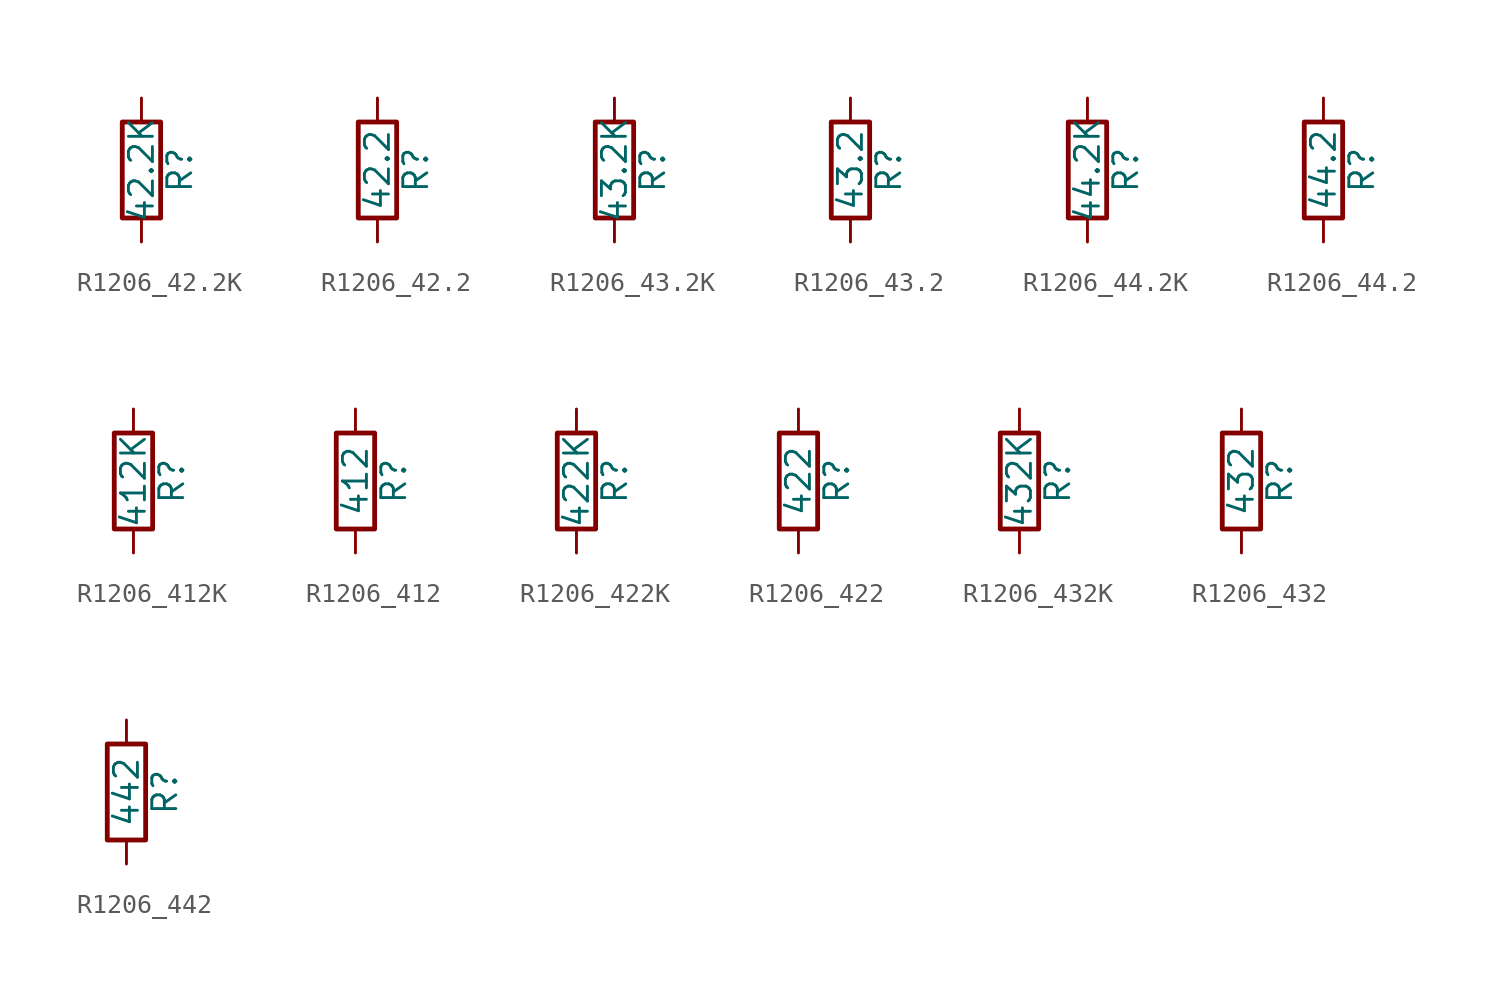
<source format=kicad_sym>
(kicad_symbol_lib
  (version 20211014)
  (generator atlantix-eda)
  (symbol "R1206_42.2K"
    (pin_numbers hide)
    (pin_names
      (offset 0))
    (property "Reference" "R"
      (at 2.032 0 90)
      (effects (font (size 1.27 1.27))))
    (property "Value" "42.2K"
      (at 0 0 90)
      (effects (font (size 1.27 1.27))))
    (symbol "R1206_42.2K_0_1"
      (rectangle (start -1.016 -2.54) (end 1.016 2.54) (stroke (width 0.254) (type default) (color 0 0 0 0)) (fill (type none))))
    (symbol "R1206_42.2K_1_1"
      (pin passive line (at 0 3.81 270) (length 1.27) (name "~" (effects (font (size 1.27 1.27)))) (number "1" (effects (font (size 1.27 1.27)))))
      (pin passive line (at 0 -3.81 90) (length 1.27) (name "~" (effects (font (size 1.27 1.27)))) (number "2" (effects (font (size 1.27 1.27)))))))
  (symbol "R1206_42.2"
    (pin_numbers hide)
    (pin_names
      (offset 0))
    (property "Reference" "R"
      (at 2.032 0 90)
      (effects (font (size 1.27 1.27))))
    (property "Value" "42.2"
      (at 0 0 90)
      (effects (font (size 1.27 1.27))))
    (symbol "R1206_42.2_0_1"
      (rectangle (start -1.016 -2.54) (end 1.016 2.54) (stroke (width 0.254) (type default) (color 0 0 0 0)) (fill (type none))))
    (symbol "R1206_42.2_1_1"
      (pin passive line (at 0 3.81 270) (length 1.27) (name "~" (effects (font (size 1.27 1.27)))) (number "1" (effects (font (size 1.27 1.27)))))
      (pin passive line (at 0 -3.81 90) (length 1.27) (name "~" (effects (font (size 1.27 1.27)))) (number "2" (effects (font (size 1.27 1.27)))))))
  (symbol "R1206_43.2K"
    (pin_numbers hide)
    (pin_names
      (offset 0))
    (property "Reference" "R"
      (at 2.032 0 90)
      (effects (font (size 1.27 1.27))))
    (property "Value" "43.2K"
      (at 0 0 90)
      (effects (font (size 1.27 1.27))))
    (symbol "R1206_43.2K_0_1"
      (rectangle (start -1.016 -2.54) (end 1.016 2.54) (stroke (width 0.254) (type default) (color 0 0 0 0)) (fill (type none))))
    (symbol "R1206_43.2K_1_1"
      (pin passive line (at 0 3.81 270) (length 1.27) (name "~" (effects (font (size 1.27 1.27)))) (number "1" (effects (font (size 1.27 1.27)))))
      (pin passive line (at 0 -3.81 90) (length 1.27) (name "~" (effects (font (size 1.27 1.27)))) (number "2" (effects (font (size 1.27 1.27)))))))
  (symbol "R1206_43.2"
    (pin_numbers hide)
    (pin_names
      (offset 0))
    (property "Reference" "R"
      (at 2.032 0 90)
      (effects (font (size 1.27 1.27))))
    (property "Value" "43.2"
      (at 0 0 90)
      (effects (font (size 1.27 1.27))))
    (symbol "R1206_43.2_0_1"
      (rectangle (start -1.016 -2.54) (end 1.016 2.54) (stroke (width 0.254) (type default) (color 0 0 0 0)) (fill (type none))))
    (symbol "R1206_43.2_1_1"
      (pin passive line (at 0 3.81 270) (length 1.27) (name "~" (effects (font (size 1.27 1.27)))) (number "1" (effects (font (size 1.27 1.27)))))
      (pin passive line (at 0 -3.81 90) (length 1.27) (name "~" (effects (font (size 1.27 1.27)))) (number "2" (effects (font (size 1.27 1.27)))))))
  (symbol "R1206_44.2K"
    (pin_numbers hide)
    (pin_names
      (offset 0))
    (property "Reference" "R"
      (at 2.032 0 90)
      (effects (font (size 1.27 1.27))))
    (property "Value" "44.2K"
      (at 0 0 90)
      (effects (font (size 1.27 1.27))))
    (symbol "R1206_44.2K_0_1"
      (rectangle (start -1.016 -2.54) (end 1.016 2.54) (stroke (width 0.254) (type default) (color 0 0 0 0)) (fill (type none))))
    (symbol "R1206_44.2K_1_1"
      (pin passive line (at 0 3.81 270) (length 1.27) (name "~" (effects (font (size 1.27 1.27)))) (number "1" (effects (font (size 1.27 1.27)))))
      (pin passive line (at 0 -3.81 90) (length 1.27) (name "~" (effects (font (size 1.27 1.27)))) (number "2" (effects (font (size 1.27 1.27)))))))
  (symbol "R1206_44.2"
    (pin_numbers hide)
    (pin_names
      (offset 0))
    (property "Reference" "R"
      (at 2.032 0 90)
      (effects (font (size 1.27 1.27))))
    (property "Value" "44.2"
      (at 0 0 90)
      (effects (font (size 1.27 1.27))))
    (symbol "R1206_44.2_0_1"
      (rectangle (start -1.016 -2.54) (end 1.016 2.54) (stroke (width 0.254) (type default) (color 0 0 0 0)) (fill (type none))))
    (symbol "R1206_44.2_1_1"
      (pin passive line (at 0 3.81 270) (length 1.27) (name "~" (effects (font (size 1.27 1.27)))) (number "1" (effects (font (size 1.27 1.27)))))
      (pin passive line (at 0 -3.81 90) (length 1.27) (name "~" (effects (font (size 1.27 1.27)))) (number "2" (effects (font (size 1.27 1.27)))))))
  (symbol "R1206_412K"
    (pin_numbers hide)
    (pin_names
      (offset 0))
    (property "Reference" "R"
      (at 2.032 0 90)
      (effects (font (size 1.27 1.27))))
    (property "Value" "412K"
      (at 0 0 90)
      (effects (font (size 1.27 1.27))))
    (symbol "R1206_412K_0_1"
      (rectangle (start -1.016 -2.54) (end 1.016 2.54) (stroke (width 0.254) (type default) (color 0 0 0 0)) (fill (type none))))
    (symbol "R1206_412K_1_1"
      (pin passive line (at 0 3.81 270) (length 1.27) (name "~" (effects (font (size 1.27 1.27)))) (number "1" (effects (font (size 1.27 1.27)))))
      (pin passive line (at 0 -3.81 90) (length 1.27) (name "~" (effects (font (size 1.27 1.27)))) (number "2" (effects (font (size 1.27 1.27)))))))
  (symbol "R1206_412"
    (pin_numbers hide)
    (pin_names
      (offset 0))
    (property "Reference" "R"
      (at 2.032 0 90)
      (effects (font (size 1.27 1.27))))
    (property "Value" "412"
      (at 0 0 90)
      (effects (font (size 1.27 1.27))))
    (symbol "R1206_412_0_1"
      (rectangle (start -1.016 -2.54) (end 1.016 2.54) (stroke (width 0.254) (type default) (color 0 0 0 0)) (fill (type none))))
    (symbol "R1206_412_1_1"
      (pin passive line (at 0 3.81 270) (length 1.27) (name "~" (effects (font (size 1.27 1.27)))) (number "1" (effects (font (size 1.27 1.27)))))
      (pin passive line (at 0 -3.81 90) (length 1.27) (name "~" (effects (font (size 1.27 1.27)))) (number "2" (effects (font (size 1.27 1.27)))))))
  (symbol "R1206_422K"
    (pin_numbers hide)
    (pin_names
      (offset 0))
    (property "Reference" "R"
      (at 2.032 0 90)
      (effects (font (size 1.27 1.27))))
    (property "Value" "422K"
      (at 0 0 90)
      (effects (font (size 1.27 1.27))))
    (symbol "R1206_422K_0_1"
      (rectangle (start -1.016 -2.54) (end 1.016 2.54) (stroke (width 0.254) (type default) (color 0 0 0 0)) (fill (type none))))
    (symbol "R1206_422K_1_1"
      (pin passive line (at 0 3.81 270) (length 1.27) (name "~" (effects (font (size 1.27 1.27)))) (number "1" (effects (font (size 1.27 1.27)))))
      (pin passive line (at 0 -3.81 90) (length 1.27) (name "~" (effects (font (size 1.27 1.27)))) (number "2" (effects (font (size 1.27 1.27)))))))
  (symbol "R1206_422"
    (pin_numbers hide)
    (pin_names
      (offset 0))
    (property "Reference" "R"
      (at 2.032 0 90)
      (effects (font (size 1.27 1.27))))
    (property "Value" "422"
      (at 0 0 90)
      (effects (font (size 1.27 1.27))))
    (symbol "R1206_422_0_1"
      (rectangle (start -1.016 -2.54) (end 1.016 2.54) (stroke (width 0.254) (type default) (color 0 0 0 0)) (fill (type none))))
    (symbol "R1206_422_1_1"
      (pin passive line (at 0 3.81 270) (length 1.27) (name "~" (effects (font (size 1.27 1.27)))) (number "1" (effects (font (size 1.27 1.27)))))
      (pin passive line (at 0 -3.81 90) (length 1.27) (name "~" (effects (font (size 1.27 1.27)))) (number "2" (effects (font (size 1.27 1.27)))))))
  (symbol "R1206_432K"
    (pin_numbers hide)
    (pin_names
      (offset 0))
    (property "Reference" "R"
      (at 2.032 0 90)
      (effects (font (size 1.27 1.27))))
    (property "Value" "432K"
      (at 0 0 90)
      (effects (font (size 1.27 1.27))))
    (symbol "R1206_432K_0_1"
      (rectangle (start -1.016 -2.54) (end 1.016 2.54) (stroke (width 0.254) (type default) (color 0 0 0 0)) (fill (type none))))
    (symbol "R1206_432K_1_1"
      (pin passive line (at 0 3.81 270) (length 1.27) (name "~" (effects (font (size 1.27 1.27)))) (number "1" (effects (font (size 1.27 1.27)))))
      (pin passive line (at 0 -3.81 90) (length 1.27) (name "~" (effects (font (size 1.27 1.27)))) (number "2" (effects (font (size 1.27 1.27)))))))
  (symbol "R1206_432"
    (pin_numbers hide)
    (pin_names
      (offset 0))
    (property "Reference" "R"
      (at 2.032 0 90)
      (effects (font (size 1.27 1.27))))
    (property "Value" "432"
      (at 0 0 90)
      (effects (font (size 1.27 1.27))))
    (symbol "R1206_432_0_1"
      (rectangle (start -1.016 -2.54) (end 1.016 2.54) (stroke (width 0.254) (type default) (color 0 0 0 0)) (fill (type none))))
    (symbol "R1206_432_1_1"
      (pin passive line (at 0 3.81 270) (length 1.27) (name "~" (effects (font (size 1.27 1.27)))) (number "1" (effects (font (size 1.27 1.27)))))
      (pin passive line (at 0 -3.81 90) (length 1.27) (name "~" (effects (font (size 1.27 1.27)))) (number "2" (effects (font (size 1.27 1.27)))))))
  (symbol "R1206_442"
    (pin_numbers hide)
    (pin_names
      (offset 0))
    (property "Reference" "R"
      (at 2.032 0 90)
      (effects (font (size 1.27 1.27))))
    (property "Value" "442"
      (at 0 0 90)
      (effects (font (size 1.27 1.27))))
    (symbol "R1206_442_0_1"
      (rectangle (start -1.016 -2.54) (end 1.016 2.54) (stroke (width 0.254) (type default) (color 0 0 0 0)) (fill (type none))))
    (symbol "R1206_442_1_1"
      (pin passive line (at 0 3.81 270) (length 1.27) (name "~" (effects (font (size 1.27 1.27)))) (number "1" (effects (font (size 1.27 1.27)))))
      (pin passive line (at 0 -3.81 90) (length 1.27) (name "~" (effects (font (size 1.27 1.27)))) (number "2" (effects (font (size 1.27 1.27))))))))
</source>
